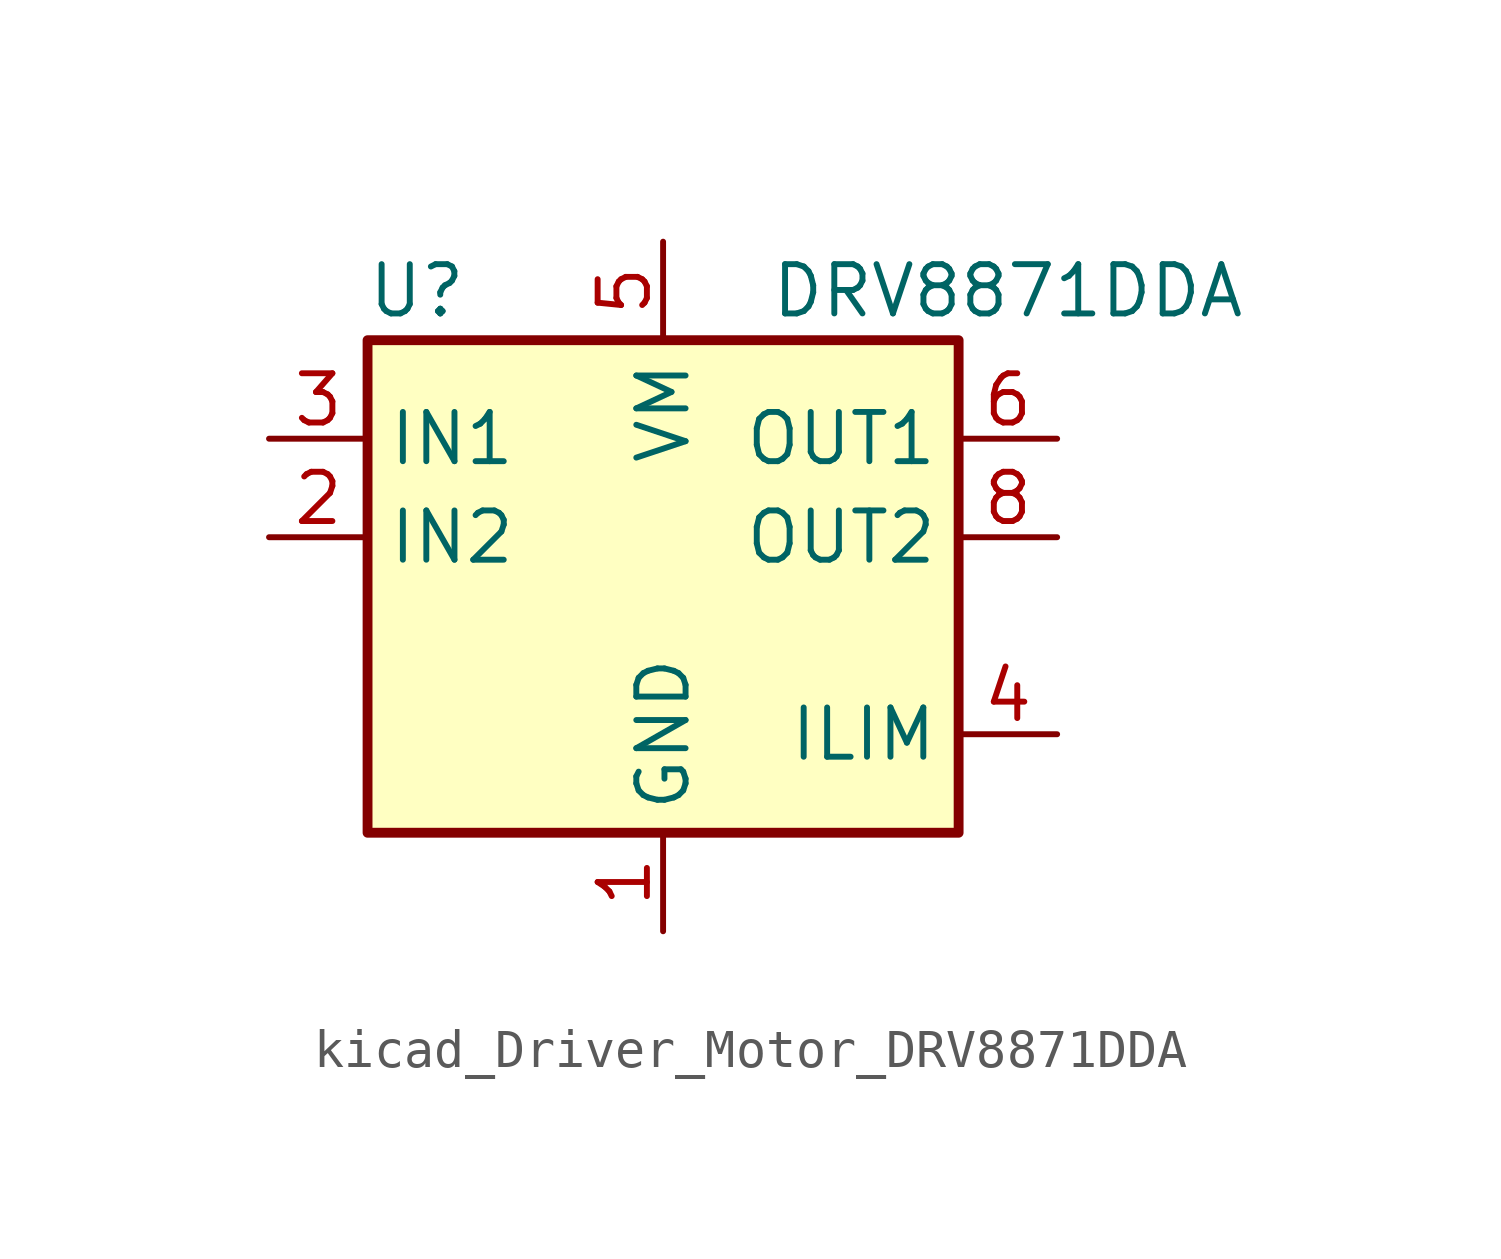
<source format=kicad_sym>
(kicad_symbol_lib
  (version 20220914)
  (generator kicad_symbol_editor)
  (symbol "kicad_Driver_Motor_DRV8871DDA"
    (property "Reference" "U"
      (at -6.35 6.35 0)
      (effects (font (size 1.27 1.27))))
    (property "Value" "DRV8871DDA"
      (at 8.89 6.35 0)
      (effects (font (size 1.27 1.27))))
    (symbol "kicad_Driver_Motor_DRV8871DDA_0_1"
      (rectangle (start -7.62 5.08) (end 7.62 -7.62) (stroke (width 0.254) (type default)) (fill (type background))))
    (symbol "kicad_Driver_Motor_DRV8871DDA_1_1"
      (pin power_in line (at 0 -10.16 90) (length 2.54) (name "GND" (effects (font (size 1.27 1.27)))) (number "1" (effects (font (size 1.27 1.27)))))
      (pin input line (at -10.16 0 0) (length 2.54) (name "IN2" (effects (font (size 1.27 1.27)))) (number "2" (effects (font (size 1.27 1.27)))))
      (pin input line (at -10.16 2.54 0) (length 2.54) (name "IN1" (effects (font (size 1.27 1.27)))) (number "3" (effects (font (size 1.27 1.27)))))
      (pin passive line (at 10.16 -5.08 180) (length 2.54) (name "ILIM" (effects (font (size 1.27 1.27)))) (number "4" (effects (font (size 1.27 1.27)))))
      (pin power_in line (at 0 7.62 270) (length 2.54) (name "VM" (effects (font (size 1.27 1.27)))) (number "5" (effects (font (size 1.27 1.27)))))
      (pin output line (at 10.16 2.54 180) (length 2.54) (name "OUT1" (effects (font (size 1.27 1.27)))) (number "6" (effects (font (size 1.27 1.27)))))
      (pin passive line (at 0 -10.16 90) (length 2.54) hide (name "GND" (effects (font (size 1.27 1.27)))) (number "7" (effects (font (size 1.27 1.27)))))
      (pin output line (at 10.16 0 180) (length 2.54) (name "OUT2" (effects (font (size 1.27 1.27)))) (number "8" (effects (font (size 1.27 1.27)))))
      (pin passive line (at 0 -10.16 90) (length 2.54) hide (name "GND" (effects (font (size 1.27 1.27)))) (number "9" (effects (font (size 1.27 1.27))))))))
</source>
